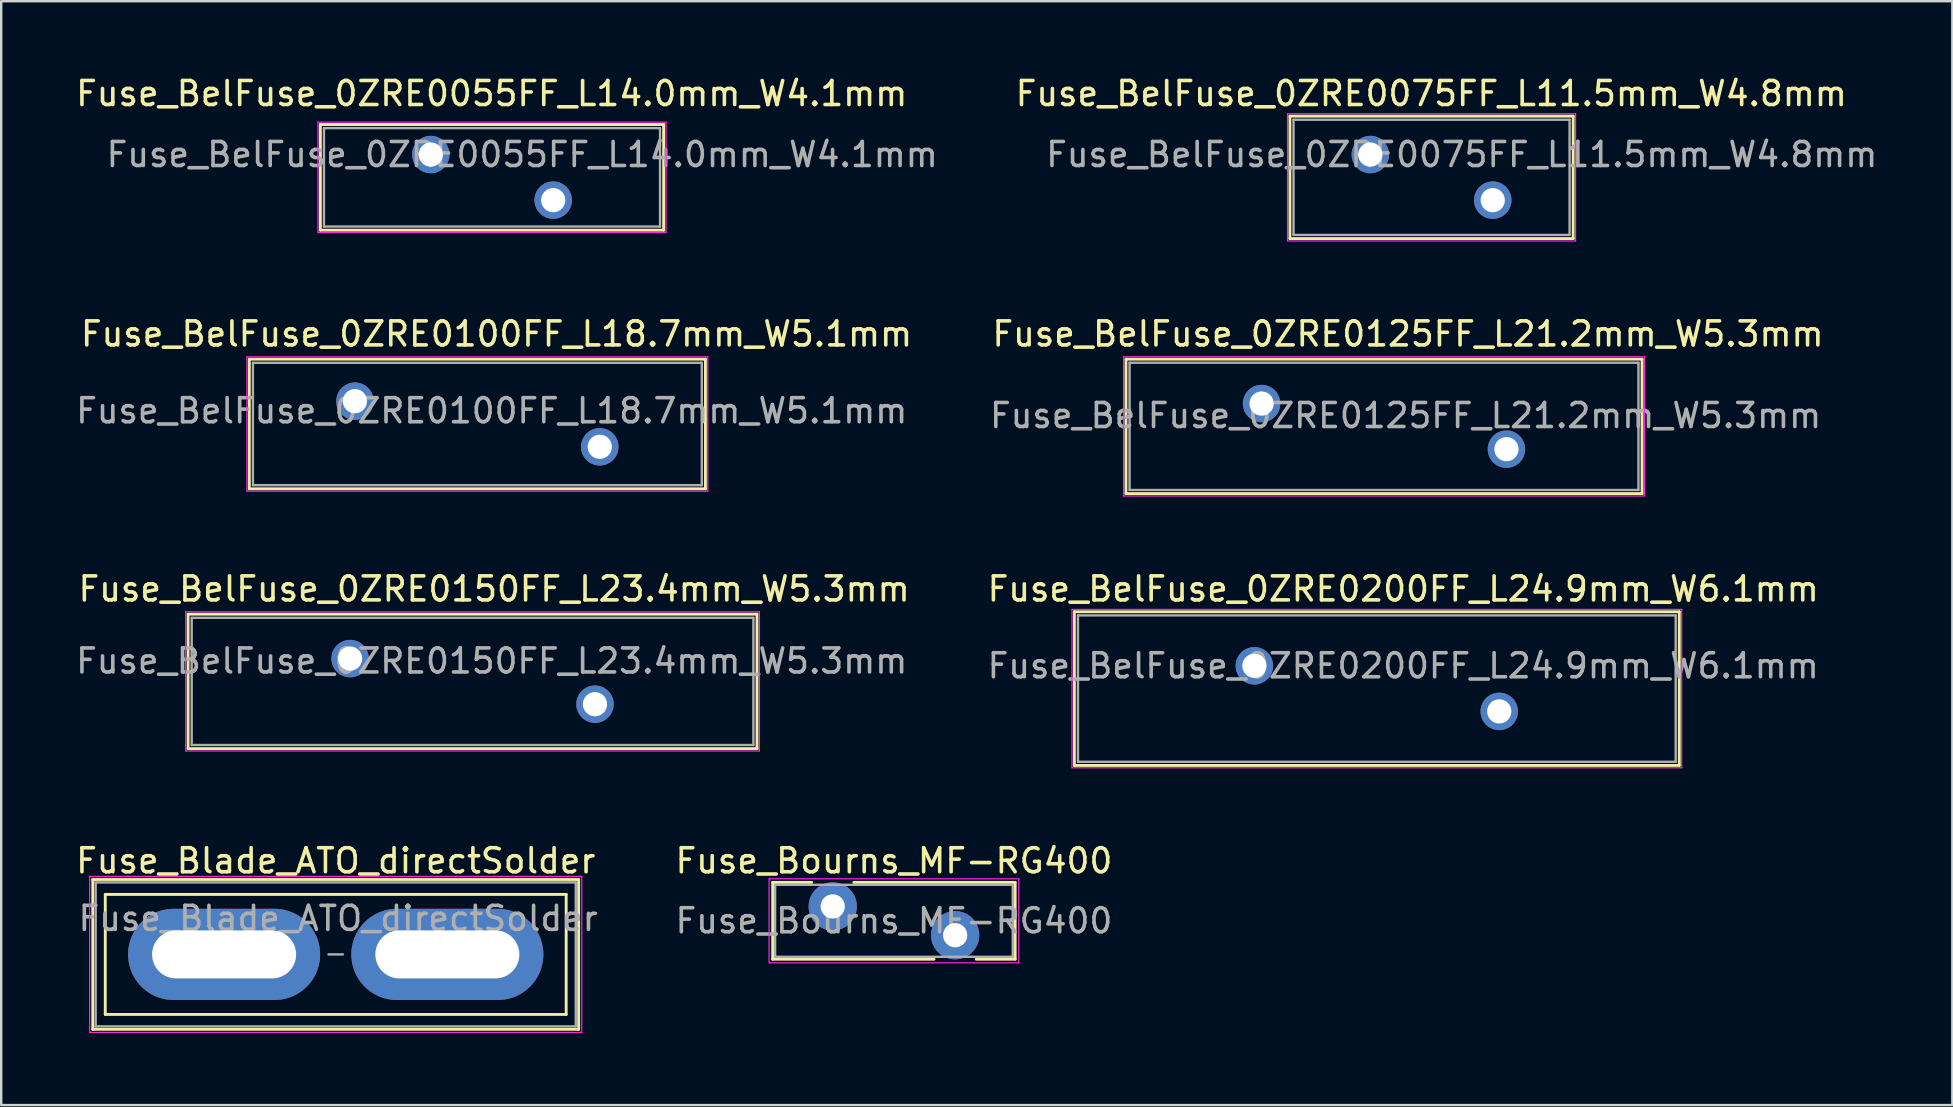
<source format=kicad_pcb>
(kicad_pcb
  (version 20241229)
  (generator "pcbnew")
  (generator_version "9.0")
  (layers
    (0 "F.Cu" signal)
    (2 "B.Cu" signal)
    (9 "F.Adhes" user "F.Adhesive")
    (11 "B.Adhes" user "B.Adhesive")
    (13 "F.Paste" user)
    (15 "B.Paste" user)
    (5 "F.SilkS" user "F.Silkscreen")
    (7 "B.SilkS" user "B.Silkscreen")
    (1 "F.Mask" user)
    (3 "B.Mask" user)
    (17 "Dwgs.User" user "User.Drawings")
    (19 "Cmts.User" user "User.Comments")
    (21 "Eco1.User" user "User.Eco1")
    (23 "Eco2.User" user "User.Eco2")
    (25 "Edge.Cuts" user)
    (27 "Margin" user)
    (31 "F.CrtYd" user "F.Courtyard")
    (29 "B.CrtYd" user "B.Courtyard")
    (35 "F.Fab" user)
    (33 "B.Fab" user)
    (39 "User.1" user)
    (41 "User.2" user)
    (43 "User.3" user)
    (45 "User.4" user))
  (footprint "Fuse_BelFuse_0ZRE0150FF_L23.4mm_W5.3mm"
    (layer "F.Cu")
    (at 11.535 24.385)
    (property "Reference" "Fuse_BelFuse_0ZRE0150FF_L23.4mm_W5.3mm" (at 6 -2.9 0) (layer "F.SilkS") (effects (font (size 1 1) (thickness 0.15))))
    (attr through_hole)
    (fp_line (start -6.75 -1.85) (end -6.75 3.75) (stroke (width 0.12) (type solid)) (layer "F.SilkS"))
    (fp_line (start -6.75 -1.85) (end 16.95 -1.85) (stroke (width 0.12) (type solid)) (layer "F.SilkS"))
    (fp_line (start -6.75 3.75) (end 16.95 3.75) (stroke (width 0.12) (type solid)) (layer "F.SilkS"))
    (fp_line (start 16.95 -1.85) (end 16.95 3.75) (stroke (width 0.12) (type solid)) (layer "F.SilkS"))
    (fp_line (start -6.85 -1.95) (end -6.85 3.85) (stroke (width 0.05) (type solid)) (layer "F.CrtYd"))
    (fp_line (start -6.85 -1.95) (end 17.05 -1.95) (stroke (width 0.05) (type solid)) (layer "F.CrtYd"))
    (fp_line (start -6.85 3.85) (end 17.05 3.85) (stroke (width 0.05) (type solid)) (layer "F.CrtYd"))
    (fp_line (start 17.05 -1.95) (end 17.05 3.85) (stroke (width 0.05) (type solid)) (layer "F.CrtYd"))
    (fp_line (start -6.6 -1.7) (end -6.6 3.6) (stroke (width 0.1) (type solid)) (layer "F.Fab"))
    (fp_line (start -6.6 -1.7) (end 16.8 -1.7) (stroke (width 0.1) (type solid)) (layer "F.Fab"))
    (fp_line (start -6.6 3.6) (end 16.8 3.6) (stroke (width 0.1) (type solid)) (layer "F.Fab"))
    (fp_line (start 16.8 -1.7) (end 16.8 3.6) (stroke (width 0.1) (type solid)) (layer "F.Fab"))
    (fp_text user "${REFERENCE}" (at 5.9 0.1 0) (layer "F.Fab") (effects (font (size 1 1) (thickness 0.15))))
    (pad "1" thru_hole circle (at 0 0) (size 1.56 1.56) (drill 1.01) (layers "*.Cu" "*.Mask"))
    (pad "2" thru_hole circle (at 10.2 1.9) (size 1.56 1.56) (drill 1.01) (layers "*.Cu" "*.Mask")))
  (footprint "Fuse_BelFuse_0ZRE0100FF_L18.7mm_W5.1mm"
    (layer "F.Cu")
    (at 11.735 13.662)
    (property "Reference" "Fuse_BelFuse_0ZRE0100FF_L18.7mm_W5.1mm" (at 5.9 -2.8 0) (layer "F.SilkS") (effects (font (size 1 1) (thickness 0.15))))
    (attr through_hole)
    (fp_line (start -4.4 -1.75) (end -4.4 3.65) (stroke (width 0.12) (type solid)) (layer "F.SilkS"))
    (fp_line (start -4.4 -1.75) (end 14.6 -1.75) (stroke (width 0.12) (type solid)) (layer "F.SilkS"))
    (fp_line (start -4.4 3.65) (end 14.6 3.65) (stroke (width 0.12) (type solid)) (layer "F.SilkS"))
    (fp_line (start 14.6 -1.75) (end 14.6 3.65) (stroke (width 0.12) (type solid)) (layer "F.SilkS"))
    (fp_line (start -4.5 -1.85) (end -4.5 3.75) (stroke (width 0.05) (type solid)) (layer "F.CrtYd"))
    (fp_line (start -4.5 -1.85) (end 14.7 -1.85) (stroke (width 0.05) (type solid)) (layer "F.CrtYd"))
    (fp_line (start -4.5 3.75) (end 14.7 3.75) (stroke (width 0.05) (type solid)) (layer "F.CrtYd"))
    (fp_line (start 14.7 -1.85) (end 14.7 3.75) (stroke (width 0.05) (type solid)) (layer "F.CrtYd"))
    (fp_line (start -4.25 -1.6) (end -4.25 3.5) (stroke (width 0.1) (type solid)) (layer "F.Fab"))
    (fp_line (start -4.25 -1.6) (end 14.45 -1.6) (stroke (width 0.1) (type solid)) (layer "F.Fab"))
    (fp_line (start -4.25 3.5) (end 14.45 3.5) (stroke (width 0.1) (type solid)) (layer "F.Fab"))
    (fp_line (start 14.45 -1.6) (end 14.45 3.5) (stroke (width 0.1) (type solid)) (layer "F.Fab"))
    (fp_text user "${REFERENCE}" (at 5.7 0.4 0) (layer "F.Fab") (effects (font (size 1 1) (thickness 0.15))))
    (pad "1" thru_hole circle (at 0 0) (size 1.56 1.56) (drill 1.01) (layers "*.Cu" "*.Mask"))
    (pad "2" thru_hole circle (at 10.2 1.9) (size 1.56 1.56) (drill 1.01) (layers "*.Cu" "*.Mask")))
  (footprint "Fuse_BelFuse_0ZRE0125FF_L21.2mm_W5.3mm"
    (layer "F.Cu")
    (at 49.504 13.761)
    (property "Reference" "Fuse_BelFuse_0ZRE0125FF_L21.2mm_W5.3mm" (at 6.1 -2.9 0) (layer "F.SilkS") (effects (font (size 1 1) (thickness 0.15))))
    (attr through_hole)
    (fp_line (start -5.65 -1.85) (end -5.65 3.75) (stroke (width 0.12) (type solid)) (layer "F.SilkS"))
    (fp_line (start -5.65 -1.85) (end 15.85 -1.85) (stroke (width 0.12) (type solid)) (layer "F.SilkS"))
    (fp_line (start -5.65 3.75) (end 15.85 3.75) (stroke (width 0.12) (type solid)) (layer "F.SilkS"))
    (fp_line (start 15.85 -1.85) (end 15.85 3.75) (stroke (width 0.12) (type solid)) (layer "F.SilkS"))
    (fp_line (start -5.75 -1.95) (end -5.75 3.85) (stroke (width 0.05) (type solid)) (layer "F.CrtYd"))
    (fp_line (start -5.75 -1.95) (end 15.95 -1.95) (stroke (width 0.05) (type solid)) (layer "F.CrtYd"))
    (fp_line (start -5.75 3.85) (end 15.95 3.85) (stroke (width 0.05) (type solid)) (layer "F.CrtYd"))
    (fp_line (start 15.95 -1.95) (end 15.95 3.85) (stroke (width 0.05) (type solid)) (layer "F.CrtYd"))
    (fp_line (start -5.5 -1.7) (end -5.5 3.6) (stroke (width 0.1) (type solid)) (layer "F.Fab"))
    (fp_line (start -5.5 -1.7) (end 15.7 -1.7) (stroke (width 0.1) (type solid)) (layer "F.Fab"))
    (fp_line (start -5.5 3.6) (end 15.7 3.6) (stroke (width 0.1) (type solid)) (layer "F.Fab"))
    (fp_line (start 15.7 -1.7) (end 15.7 3.6) (stroke (width 0.1) (type solid)) (layer "F.Fab"))
    (fp_text user "${REFERENCE}" (at 6 0.5 0) (layer "F.Fab") (effects (font (size 1 1) (thickness 0.15))))
    (pad "1" thru_hole circle (at 0 0) (size 1.56 1.56) (drill 1.01) (layers "*.Cu" "*.Mask"))
    (pad "2" thru_hole circle (at 10.2 1.9) (size 1.56 1.56) (drill 1.01) (layers "*.Cu" "*.Mask")))
  (footprint "Fuse_Bourns_MF-RG400"
    (layer "F.Cu")
    (at 31.639 34.708)
    (property "Reference" "Fuse_Bourns_MF-RG400" (at 2.55 -1.9 0) (layer "F.SilkS") (effects (font (size 1 1) (thickness 0.15))))
    (attr through_hole)
    (fp_line (start -2.501 -1) (end -2.501 2.2) (stroke (width 0.12) (type solid)) (layer "F.SilkS"))
    (fp_line (start -2.501 -1) (end -0.879 -1) (stroke (width 0.12) (type solid)) (layer "F.SilkS"))
    (fp_line (start -2.501 2.2) (end 4.222 2.2) (stroke (width 0.12) (type solid)) (layer "F.SilkS"))
    (fp_line (start 0.879 -1) (end 7.6 -1) (stroke (width 0.12) (type solid)) (layer "F.SilkS"))
    (fp_line (start 5.979 2.2) (end 7.6 2.2) (stroke (width 0.12) (type solid)) (layer "F.SilkS"))
    (fp_line (start 7.6 -1) (end 7.6 2.2) (stroke (width 0.12) (type solid)) (layer "F.SilkS"))
    (fp_line (start -2.65 -1.15) (end -2.65 2.35) (stroke (width 0.05) (type solid)) (layer "F.CrtYd"))
    (fp_line (start -2.65 2.35) (end 7.75 2.35) (stroke (width 0.05) (type solid)) (layer "F.CrtYd"))
    (fp_line (start 7.75 -1.15) (end -2.65 -1.15) (stroke (width 0.05) (type solid)) (layer "F.CrtYd"))
    (fp_line (start 7.75 2.35) (end 7.75 -1.15) (stroke (width 0.05) (type solid)) (layer "F.CrtYd"))
    (fp_line (start -2.4 -0.9) (end -2.4 2.1) (stroke (width 0.1) (type solid)) (layer "F.Fab"))
    (fp_line (start -2.4 2.1) (end 7.5 2.1) (stroke (width 0.1) (type solid)) (layer "F.Fab"))
    (fp_line (start 7.5 -0.9) (end -2.4 -0.9) (stroke (width 0.1) (type solid)) (layer "F.Fab"))
    (fp_line (start 7.5 2.1) (end 7.5 -0.9) (stroke (width 0.1) (type solid)) (layer "F.Fab"))
    (fp_text user "${REFERENCE}" (at 2.55 0.6 0) (layer "F.Fab") (effects (font (size 1 1) (thickness 0.15))))
    (pad "1" thru_hole circle (at 0 0) (size 2.01 2.01) (drill 1.01) (layers "*.Cu" "*.Mask"))
    (pad "2" thru_hole circle (at 5.1 1.2) (size 2.01 2.01) (drill 1.01) (layers "*.Cu" "*.Mask")))
  (footprint "Fuse_Blade_ATO_directSolder"
    (layer "F.Cu")
    (at 6.285 36.708)
    (property "Reference" "Fuse_Blade_ATO_directSolder" (at 4.65 -3.9 0) (layer "F.SilkS") (effects (font (size 1 1) (thickness 0.15))))
    (attr through_hole)
    (fp_line (start -5.47 -3.12) (end -5.47 3.12) (stroke (width 0.12) (type solid)) (layer "F.SilkS"))
    (fp_line (start -5.47 -3.12) (end 14.77 -3.12) (stroke (width 0.12) (type solid)) (layer "F.SilkS"))
    (fp_line (start -4.95 -2.5) (end 14.25 -2.5) (stroke (width 0.12) (type solid)) (layer "F.SilkS"))
    (fp_line (start -4.95 2.5) (end -4.95 -2.5) (stroke (width 0.12) (type solid)) (layer "F.SilkS"))
    (fp_line (start 14.25 -2.5) (end 14.25 2.5) (stroke (width 0.12) (type solid)) (layer "F.SilkS"))
    (fp_line (start 14.25 2.5) (end -4.95 2.5) (stroke (width 0.12) (type solid)) (layer "F.SilkS"))
    (fp_line (start 14.77 3.12) (end -5.47 3.12) (stroke (width 0.12) (type solid)) (layer "F.SilkS"))
    (fp_line (start 14.77 3.12) (end 14.77 -3.12) (stroke (width 0.12) (type solid)) (layer "F.SilkS"))
    (fp_line (start -5.6 -3.25) (end -5.6 3.25) (stroke (width 0.05) (type solid)) (layer "F.CrtYd"))
    (fp_line (start -5.6 -3.25) (end 14.9 -3.25) (stroke (width 0.05) (type solid)) (layer "F.CrtYd"))
    (fp_line (start 14.9 3.25) (end -5.6 3.25) (stroke (width 0.05) (type solid)) (layer "F.CrtYd"))
    (fp_line (start 14.9 3.25) (end 14.9 -3.25) (stroke (width 0.05) (type solid)) (layer "F.CrtYd"))
    (fp_line (start -5.35 -3) (end 14.65 -3) (stroke (width 0.1) (type solid)) (layer "F.Fab"))
    (fp_line (start -5.35 3) (end -5.35 -3) (stroke (width 0.1) (type solid)) (layer "F.Fab"))
    (fp_line (start 4.95 0) (end 4.35 0) (stroke (width 0.1) (type solid)) (layer "F.Fab"))
    (fp_line (start 14.65 -3) (end 14.65 3) (stroke (width 0.1) (type solid)) (layer "F.Fab"))
    (fp_line (start 14.65 3) (end -5.35 3) (stroke (width 0.1) (type solid)) (layer "F.Fab"))
    (fp_text user "${REFERENCE}" (at 4.75 -1.5 0) (layer "F.Fab") (effects (font (size 1 1) (thickness 0.15))))
    (pad "1" thru_hole oval (at 0 0) (size 8 3.8) (drill oval 6 2) (layers "*.Cu" "*.Mask"))
    (pad "2" thru_hole oval (at 9.3 0) (size 8 3.8) (drill oval 6 2) (layers "*.Cu" "*.Mask")))
  (footprint "Fuse_BelFuse_0ZRE0075FF_L11.5mm_W4.8mm"
    (layer "F.Cu")
    (at 54.034 3.388)
    (property "Reference" "Fuse_BelFuse_0ZRE0075FF_L11.5mm_W4.8mm" (at 2.54 -2.54 0) (layer "F.SilkS") (effects (font (size 1 1) (thickness 0.15))))
    (attr through_hole)
    (fp_line (start -3.35 -1.6) (end -3.35 3.5) (stroke (width 0.12) (type solid)) (layer "F.SilkS"))
    (fp_line (start -3.35 -1.6) (end 8.45 -1.6) (stroke (width 0.12) (type solid)) (layer "F.SilkS"))
    (fp_line (start -3.35 3.5) (end 8.45 3.5) (stroke (width 0.12) (type solid)) (layer "F.SilkS"))
    (fp_line (start 8.45 -1.6) (end 8.45 3.5) (stroke (width 0.12) (type solid)) (layer "F.SilkS"))
    (fp_line (start -3.45 -1.7) (end -3.45 3.6) (stroke (width 0.05) (type solid)) (layer "F.CrtYd"))
    (fp_line (start -3.45 -1.7) (end 8.55 -1.7) (stroke (width 0.05) (type solid)) (layer "F.CrtYd"))
    (fp_line (start -3.45 3.6) (end 8.55 3.6) (stroke (width 0.05) (type solid)) (layer "F.CrtYd"))
    (fp_line (start 8.55 -1.7) (end 8.55 3.6) (stroke (width 0.05) (type solid)) (layer "F.CrtYd"))
    (fp_line (start -3.2 -1.45) (end -3.2 3.35) (stroke (width 0.1) (type solid)) (layer "F.Fab"))
    (fp_line (start -3.2 -1.45) (end 8.3 -1.45) (stroke (width 0.1) (type solid)) (layer "F.Fab"))
    (fp_line (start -3.2 3.35) (end 8.3 3.35) (stroke (width 0.1) (type solid)) (layer "F.Fab"))
    (fp_line (start 8.3 -1.45) (end 8.3 3.35) (stroke (width 0.1) (type solid)) (layer "F.Fab"))
    (fp_text user "${REFERENCE}" (at 3.81 0 0) (layer "F.Fab") (effects (font (size 1 1) (thickness 0.15))))
    (pad "1" thru_hole circle (at 0 0) (size 1.56 1.56) (drill 1.01) (layers "*.Cu" "*.Mask"))
    (pad "2" thru_hole circle (at 5.1 1.9) (size 1.56 1.56) (drill 1.01) (layers "*.Cu" "*.Mask")))
  (footprint "Fuse_BelFuse_0ZRE0055FF_L14.0mm_W4.1mm"
    (layer "F.Cu")
    (at 14.895 3.388)
    (property "Reference" "Fuse_BelFuse_0ZRE0055FF_L14.0mm_W4.1mm" (at 2.54 -2.54 0) (layer "F.SilkS") (effects (font (size 1 1) (thickness 0.15))))
    (attr through_hole)
    (fp_line (start -4.6 -1.25) (end -4.6 3.15) (stroke (width 0.12) (type solid)) (layer "F.SilkS"))
    (fp_line (start -4.6 -1.25) (end 9.7 -1.25) (stroke (width 0.12) (type solid)) (layer "F.SilkS"))
    (fp_line (start -4.6 3.15) (end 9.7 3.15) (stroke (width 0.12) (type solid)) (layer "F.SilkS"))
    (fp_line (start 9.7 -1.25) (end 9.7 3.15) (stroke (width 0.12) (type solid)) (layer "F.SilkS"))
    (fp_line (start -4.7 -1.35) (end -4.7 3.25) (stroke (width 0.05) (type solid)) (layer "F.CrtYd"))
    (fp_line (start -4.7 -1.35) (end 9.8 -1.35) (stroke (width 0.05) (type solid)) (layer "F.CrtYd"))
    (fp_line (start -4.7 3.25) (end 9.8 3.25) (stroke (width 0.05) (type solid)) (layer "F.CrtYd"))
    (fp_line (start 9.8 -1.35) (end 9.8 3.25) (stroke (width 0.05) (type solid)) (layer "F.CrtYd"))
    (fp_line (start -4.45 -1.1) (end -4.45 3) (stroke (width 0.1) (type solid)) (layer "F.Fab"))
    (fp_line (start -4.45 -1.1) (end 9.55 -1.1) (stroke (width 0.1) (type solid)) (layer "F.Fab"))
    (fp_line (start -4.45 3) (end 9.55 3) (stroke (width 0.1) (type solid)) (layer "F.Fab"))
    (fp_line (start 9.55 -1.1) (end 9.55 3) (stroke (width 0.1) (type solid)) (layer "F.Fab"))
    (fp_text user "${REFERENCE}" (at 3.81 0 0) (layer "F.Fab") (effects (font (size 1 1) (thickness 0.15))))
    (pad "1" thru_hole circle (at 0 0) (size 1.56 1.56) (drill 1.01) (layers "*.Cu" "*.Mask"))
    (pad "2" thru_hole circle (at 5.1 1.9) (size 1.56 1.56) (drill 1.01) (layers "*.Cu" "*.Mask")))
  (footprint "Fuse_BelFuse_0ZRE0200FF_L24.9mm_W6.1mm"
    (layer "F.Cu")
    (at 49.204 24.685)
    (property "Reference" "Fuse_BelFuse_0ZRE0200FF_L24.9mm_W6.1mm" (at 6.2 -3.2 0) (layer "F.SilkS") (effects (font (size 1 1) (thickness 0.15))))
    (attr through_hole)
    (fp_line (start -7.5 -2.25) (end -7.5 4.15) (stroke (width 0.12) (type solid)) (layer "F.SilkS"))
    (fp_line (start -7.5 -2.25) (end 17.7 -2.25) (stroke (width 0.12) (type solid)) (layer "F.SilkS"))
    (fp_line (start -7.5 4.15) (end 17.7 4.15) (stroke (width 0.12) (type solid)) (layer "F.SilkS"))
    (fp_line (start 17.7 -2.25) (end 17.7 4.15) (stroke (width 0.12) (type solid)) (layer "F.SilkS"))
    (fp_line (start -7.6 -2.35) (end -7.6 4.25) (stroke (width 0.05) (type solid)) (layer "F.CrtYd"))
    (fp_line (start -7.6 -2.35) (end 17.8 -2.35) (stroke (width 0.05) (type solid)) (layer "F.CrtYd"))
    (fp_line (start -7.6 4.25) (end 17.8 4.25) (stroke (width 0.05) (type solid)) (layer "F.CrtYd"))
    (fp_line (start 17.8 -2.35) (end 17.8 4.25) (stroke (width 0.05) (type solid)) (layer "F.CrtYd"))
    (fp_line (start -7.35 -2.1) (end -7.35 4) (stroke (width 0.1) (type solid)) (layer "F.Fab"))
    (fp_line (start -7.35 -2.1) (end 17.55 -2.1) (stroke (width 0.1) (type solid)) (layer "F.Fab"))
    (fp_line (start -7.35 4) (end 17.55 4) (stroke (width 0.1) (type solid)) (layer "F.Fab"))
    (fp_line (start 17.55 -2.1) (end 17.55 4) (stroke (width 0.1) (type solid)) (layer "F.Fab"))
    (fp_text user "${REFERENCE}" (at 6.2 0 0) (layer "F.Fab") (effects (font (size 1 1) (thickness 0.15))))
    (pad "1" thru_hole circle (at 0 0) (size 1.56 1.56) (drill 1.01) (layers "*.Cu" "*.Mask"))
    (pad "2" thru_hole circle (at 10.2 1.9) (size 1.56 1.56) (drill 1.01) (layers "*.Cu" "*.Mask")))
  (gr_rect
    (start -3 -3)
    (end 78.278 42.983)
    (stroke (width 0.1) (type default))
    (fill no)
    (layer "Edge.Cuts")))
</source>
